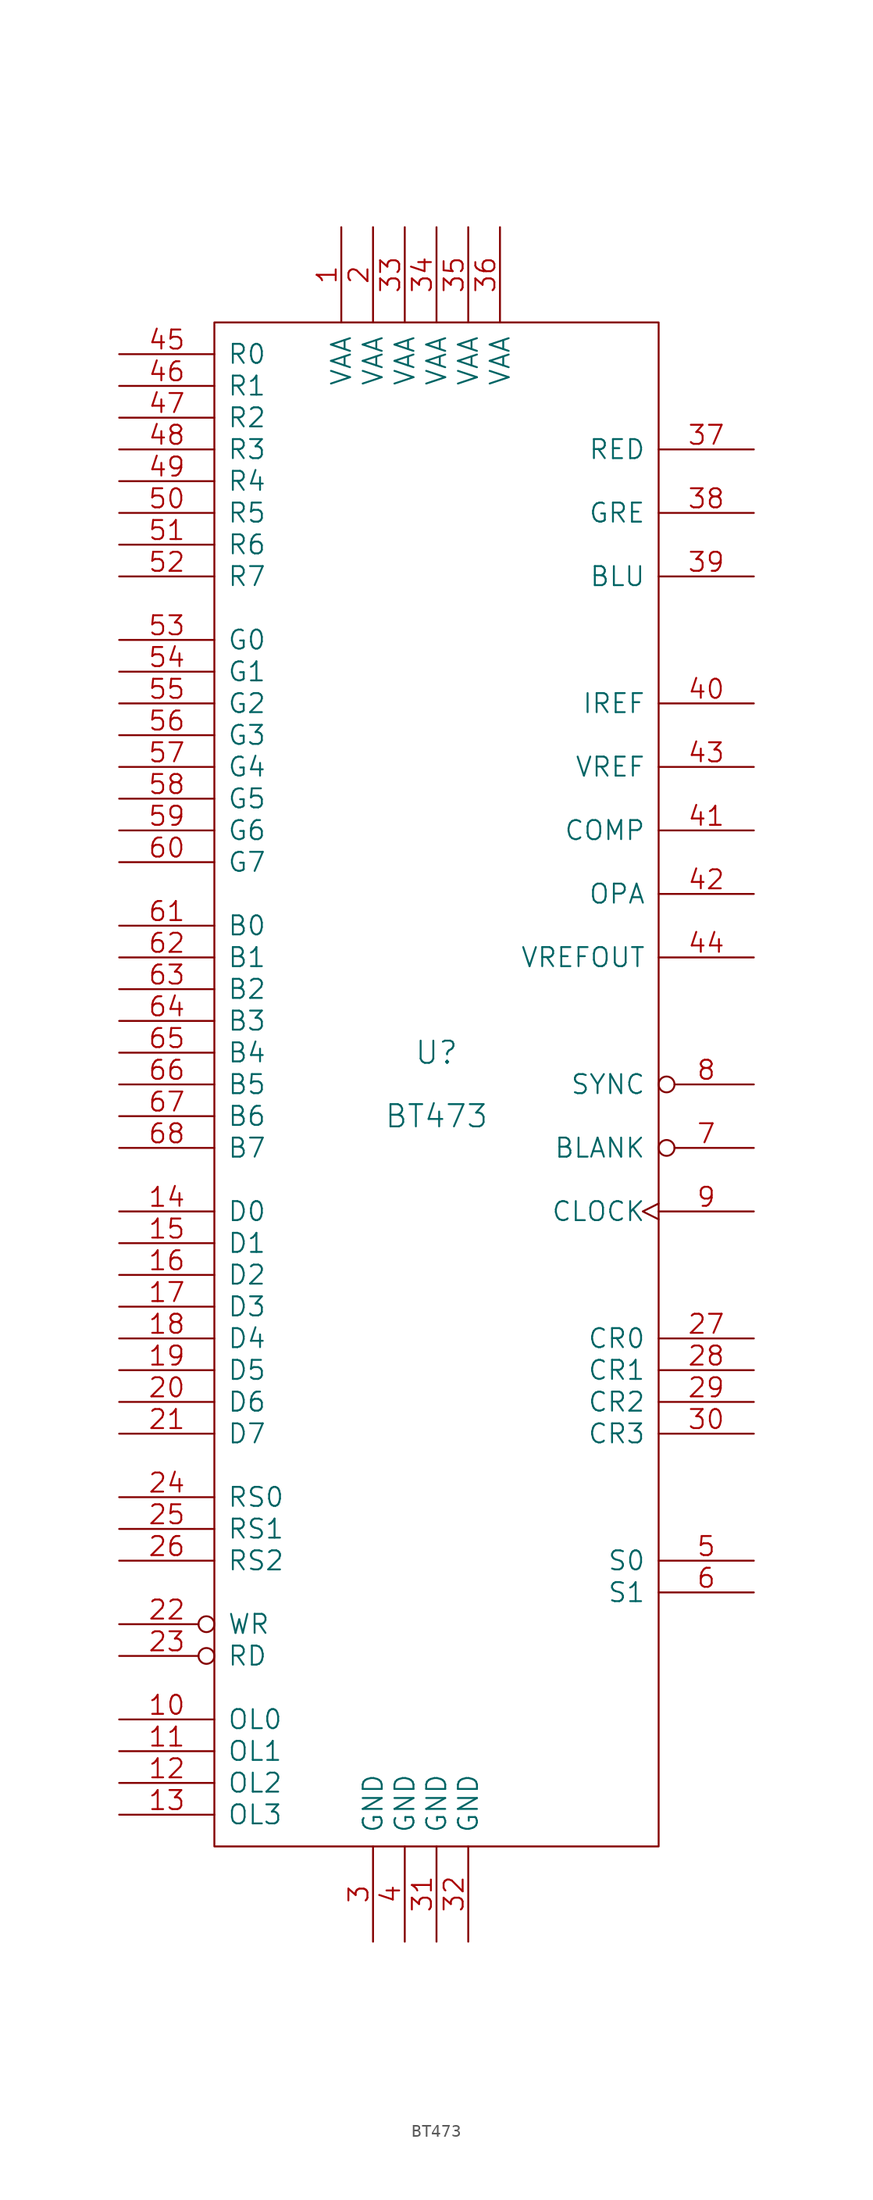
<source format=kicad_sym>
(kicad_symbol_lib
  (version 20231120)
  (generator "kicad_symbol_editor")
  (generator_version "8.0")
  (symbol "BT473"
    (pin_names
      (offset 1.016))
    (property "Reference" "U"
      (at 0 2.54 0)
      (effects (font (size 1.778 1.778))))
    (property "Value" "BT473"
      (at 0 -2.54 0)
      (effects (font (size 1.778 1.778))))
    (property "Footprint" ""
      (at 0 0 0)
      (effects (font (size 1.524 1.524))))
    (property "Datasheet" ""
      (at 0 0 0)
      (effects (font (size 1.524 1.524))))
    (symbol "BT473_0_1"
      (rectangle (start -17.78 -60.96) (end 17.78 60.96) (stroke (width 0) (type default)) (fill (type none))))
    (symbol "BT473_1_1"
      (pin input line (at -7.62 68.58 270) (length 7.62) (name "VAA" (effects (font (size 1.524 1.524)))) (number "1" (effects (font (size 1.524 1.524)))))
      (pin input line (at -25.4 -50.8 0) (length 7.62) (name "OL0" (effects (font (size 1.524 1.524)))) (number "10" (effects (font (size 1.524 1.524)))))
      (pin input line (at -25.4 -53.34 0) (length 7.62) (name "OL1" (effects (font (size 1.524 1.524)))) (number "11" (effects (font (size 1.524 1.524)))))
      (pin input line (at -25.4 -55.88 0) (length 7.62) (name "OL2" (effects (font (size 1.524 1.524)))) (number "12" (effects (font (size 1.524 1.524)))))
      (pin input line (at -25.4 -58.42 0) (length 7.62) (name "OL3" (effects (font (size 1.524 1.524)))) (number "13" (effects (font (size 1.524 1.524)))))
      (pin input line (at -25.4 -10.16 0) (length 7.62) (name "D0" (effects (font (size 1.524 1.524)))) (number "14" (effects (font (size 1.524 1.524)))))
      (pin input line (at -25.4 -12.7 0) (length 7.62) (name "D1" (effects (font (size 1.524 1.524)))) (number "15" (effects (font (size 1.524 1.524)))))
      (pin input line (at -25.4 -15.24 0) (length 7.62) (name "D2" (effects (font (size 1.524 1.524)))) (number "16" (effects (font (size 1.524 1.524)))))
      (pin input line (at -25.4 -17.78 0) (length 7.62) (name "D3" (effects (font (size 1.524 1.524)))) (number "17" (effects (font (size 1.524 1.524)))))
      (pin input line (at -25.4 -20.32 0) (length 7.62) (name "D4" (effects (font (size 1.524 1.524)))) (number "18" (effects (font (size 1.524 1.524)))))
      (pin input line (at -25.4 -22.86 0) (length 7.62) (name "D5" (effects (font (size 1.524 1.524)))) (number "19" (effects (font (size 1.524 1.524)))))
      (pin input line (at -5.08 68.58 270) (length 7.62) (name "VAA" (effects (font (size 1.524 1.524)))) (number "2" (effects (font (size 1.524 1.524)))))
      (pin input line (at -25.4 -25.4 0) (length 7.62) (name "D6" (effects (font (size 1.524 1.524)))) (number "20" (effects (font (size 1.524 1.524)))))
      (pin input line (at -25.4 -27.94 0) (length 7.62) (name "D7" (effects (font (size 1.524 1.524)))) (number "21" (effects (font (size 1.524 1.524)))))
      (pin input inverted (at -25.4 -43.18 0) (length 7.62) (name "WR" (effects (font (size 1.524 1.524)))) (number "22" (effects (font (size 1.524 1.524)))))
      (pin input inverted (at -25.4 -45.72 0) (length 7.62) (name "RD" (effects (font (size 1.524 1.524)))) (number "23" (effects (font (size 1.524 1.524)))))
      (pin input line (at -25.4 -33.02 0) (length 7.62) (name "RS0" (effects (font (size 1.524 1.524)))) (number "24" (effects (font (size 1.524 1.524)))))
      (pin input line (at -25.4 -35.56 0) (length 7.62) (name "RS1" (effects (font (size 1.524 1.524)))) (number "25" (effects (font (size 1.524 1.524)))))
      (pin input line (at -25.4 -38.1 0) (length 7.62) (name "RS2" (effects (font (size 1.524 1.524)))) (number "26" (effects (font (size 1.524 1.524)))))
      (pin output line (at 25.4 -20.32 180) (length 7.62) (name "CR0" (effects (font (size 1.524 1.524)))) (number "27" (effects (font (size 1.524 1.524)))))
      (pin output line (at 25.4 -22.86 180) (length 7.62) (name "CR1" (effects (font (size 1.524 1.524)))) (number "28" (effects (font (size 1.524 1.524)))))
      (pin output line (at 25.4 -25.4 180) (length 7.62) (name "CR2" (effects (font (size 1.524 1.524)))) (number "29" (effects (font (size 1.524 1.524)))))
      (pin input line (at -5.08 -68.58 90) (length 7.62) (name "GND" (effects (font (size 1.524 1.524)))) (number "3" (effects (font (size 1.524 1.524)))))
      (pin output line (at 25.4 -27.94 180) (length 7.62) (name "CR3" (effects (font (size 1.524 1.524)))) (number "30" (effects (font (size 1.524 1.524)))))
      (pin input line (at 0 -68.58 90) (length 7.62) (name "GND" (effects (font (size 1.524 1.524)))) (number "31" (effects (font (size 1.524 1.524)))))
      (pin input line (at 2.54 -68.58 90) (length 7.62) (name "GND" (effects (font (size 1.524 1.524)))) (number "32" (effects (font (size 1.524 1.524)))))
      (pin input line (at -2.54 68.58 270) (length 7.62) (name "VAA" (effects (font (size 1.524 1.524)))) (number "33" (effects (font (size 1.524 1.524)))))
      (pin input line (at 0 68.58 270) (length 7.62) (name "VAA" (effects (font (size 1.524 1.524)))) (number "34" (effects (font (size 1.524 1.524)))))
      (pin input line (at 2.54 68.58 270) (length 7.62) (name "VAA" (effects (font (size 1.524 1.524)))) (number "35" (effects (font (size 1.524 1.524)))))
      (pin input line (at 5.08 68.58 270) (length 7.62) (name "VAA" (effects (font (size 1.524 1.524)))) (number "36" (effects (font (size 1.524 1.524)))))
      (pin output line (at 25.4 50.8 180) (length 7.62) (name "RED" (effects (font (size 1.524 1.524)))) (number "37" (effects (font (size 1.524 1.524)))))
      (pin output line (at 25.4 45.72 180) (length 7.62) (name "GRE" (effects (font (size 1.524 1.524)))) (number "38" (effects (font (size 1.524 1.524)))))
      (pin output line (at 25.4 40.64 180) (length 7.62) (name "BLU" (effects (font (size 1.524 1.524)))) (number "39" (effects (font (size 1.524 1.524)))))
      (pin input line (at -2.54 -68.58 90) (length 7.62) (name "GND" (effects (font (size 1.524 1.524)))) (number "4" (effects (font (size 1.524 1.524)))))
      (pin input line (at 25.4 30.48 180) (length 7.62) (name "IREF" (effects (font (size 1.524 1.524)))) (number "40" (effects (font (size 1.524 1.524)))))
      (pin input line (at 25.4 20.32 180) (length 7.62) (name "COMP" (effects (font (size 1.524 1.524)))) (number "41" (effects (font (size 1.524 1.524)))))
      (pin output line (at 25.4 15.24 180) (length 7.62) (name "OPA" (effects (font (size 1.524 1.524)))) (number "42" (effects (font (size 1.524 1.524)))))
      (pin input line (at 25.4 25.4 180) (length 7.62) (name "VREF" (effects (font (size 1.524 1.524)))) (number "43" (effects (font (size 1.524 1.524)))))
      (pin output line (at 25.4 10.16 180) (length 7.62) (name "VREFOUT" (effects (font (size 1.524 1.524)))) (number "44" (effects (font (size 1.524 1.524)))))
      (pin input line (at -25.4 58.42 0) (length 7.62) (name "R0" (effects (font (size 1.524 1.524)))) (number "45" (effects (font (size 1.524 1.524)))))
      (pin input line (at -25.4 55.88 0) (length 7.62) (name "R1" (effects (font (size 1.524 1.524)))) (number "46" (effects (font (size 1.524 1.524)))))
      (pin input line (at -25.4 53.34 0) (length 7.62) (name "R2" (effects (font (size 1.524 1.524)))) (number "47" (effects (font (size 1.524 1.524)))))
      (pin input line (at -25.4 50.8 0) (length 7.62) (name "R3" (effects (font (size 1.524 1.524)))) (number "48" (effects (font (size 1.524 1.524)))))
      (pin input line (at -25.4 48.26 0) (length 7.62) (name "R4" (effects (font (size 1.524 1.524)))) (number "49" (effects (font (size 1.524 1.524)))))
      (pin input line (at 25.4 -38.1 180) (length 7.62) (name "S0" (effects (font (size 1.524 1.524)))) (number "5" (effects (font (size 1.524 1.524)))))
      (pin input line (at -25.4 45.72 0) (length 7.62) (name "R5" (effects (font (size 1.524 1.524)))) (number "50" (effects (font (size 1.524 1.524)))))
      (pin input line (at -25.4 43.18 0) (length 7.62) (name "R6" (effects (font (size 1.524 1.524)))) (number "51" (effects (font (size 1.524 1.524)))))
      (pin input line (at -25.4 40.64 0) (length 7.62) (name "R7" (effects (font (size 1.524 1.524)))) (number "52" (effects (font (size 1.524 1.524)))))
      (pin input line (at -25.4 35.56 0) (length 7.62) (name "G0" (effects (font (size 1.524 1.524)))) (number "53" (effects (font (size 1.524 1.524)))))
      (pin input line (at -25.4 33.02 0) (length 7.62) (name "G1" (effects (font (size 1.524 1.524)))) (number "54" (effects (font (size 1.524 1.524)))))
      (pin input line (at -25.4 30.48 0) (length 7.62) (name "G2" (effects (font (size 1.524 1.524)))) (number "55" (effects (font (size 1.524 1.524)))))
      (pin input line (at -25.4 27.94 0) (length 7.62) (name "G3" (effects (font (size 1.524 1.524)))) (number "56" (effects (font (size 1.524 1.524)))))
      (pin input line (at -25.4 25.4 0) (length 7.62) (name "G4" (effects (font (size 1.524 1.524)))) (number "57" (effects (font (size 1.524 1.524)))))
      (pin input line (at -25.4 22.86 0) (length 7.62) (name "G5" (effects (font (size 1.524 1.524)))) (number "58" (effects (font (size 1.524 1.524)))))
      (pin input line (at -25.4 20.32 0) (length 7.62) (name "G6" (effects (font (size 1.524 1.524)))) (number "59" (effects (font (size 1.524 1.524)))))
      (pin input line (at 25.4 -40.64 180) (length 7.62) (name "S1" (effects (font (size 1.524 1.524)))) (number "6" (effects (font (size 1.524 1.524)))))
      (pin input line (at -25.4 17.78 0) (length 7.62) (name "G7" (effects (font (size 1.524 1.524)))) (number "60" (effects (font (size 1.524 1.524)))))
      (pin input line (at -25.4 12.7 0) (length 7.62) (name "B0" (effects (font (size 1.524 1.524)))) (number "61" (effects (font (size 1.524 1.524)))))
      (pin input line (at -25.4 10.16 0) (length 7.62) (name "B1" (effects (font (size 1.524 1.524)))) (number "62" (effects (font (size 1.524 1.524)))))
      (pin input line (at -25.4 7.62 0) (length 7.62) (name "B2" (effects (font (size 1.524 1.524)))) (number "63" (effects (font (size 1.524 1.524)))))
      (pin input line (at -25.4 5.08 0) (length 7.62) (name "B3" (effects (font (size 1.524 1.524)))) (number "64" (effects (font (size 1.524 1.524)))))
      (pin input line (at -25.4 2.54 0) (length 7.62) (name "B4" (effects (font (size 1.524 1.524)))) (number "65" (effects (font (size 1.524 1.524)))))
      (pin input line (at -25.4 0 0) (length 7.62) (name "B5" (effects (font (size 1.524 1.524)))) (number "66" (effects (font (size 1.524 1.524)))))
      (pin input line (at -25.4 -2.54 0) (length 7.62) (name "B6" (effects (font (size 1.524 1.524)))) (number "67" (effects (font (size 1.524 1.524)))))
      (pin input line (at -25.4 -5.08 0) (length 7.62) (name "B7" (effects (font (size 1.524 1.524)))) (number "68" (effects (font (size 1.524 1.524)))))
      (pin input inverted (at 25.4 -5.08 180) (length 7.62) (name "BLANK" (effects (font (size 1.524 1.524)))) (number "7" (effects (font (size 1.524 1.524)))))
      (pin input inverted (at 25.4 0 180) (length 7.62) (name "SYNC" (effects (font (size 1.524 1.524)))) (number "8" (effects (font (size 1.524 1.524)))))
      (pin input clock (at 25.4 -10.16 180) (length 7.62) (name "CLOCK" (effects (font (size 1.524 1.524)))) (number "9" (effects (font (size 1.524 1.524))))))))
</source>
